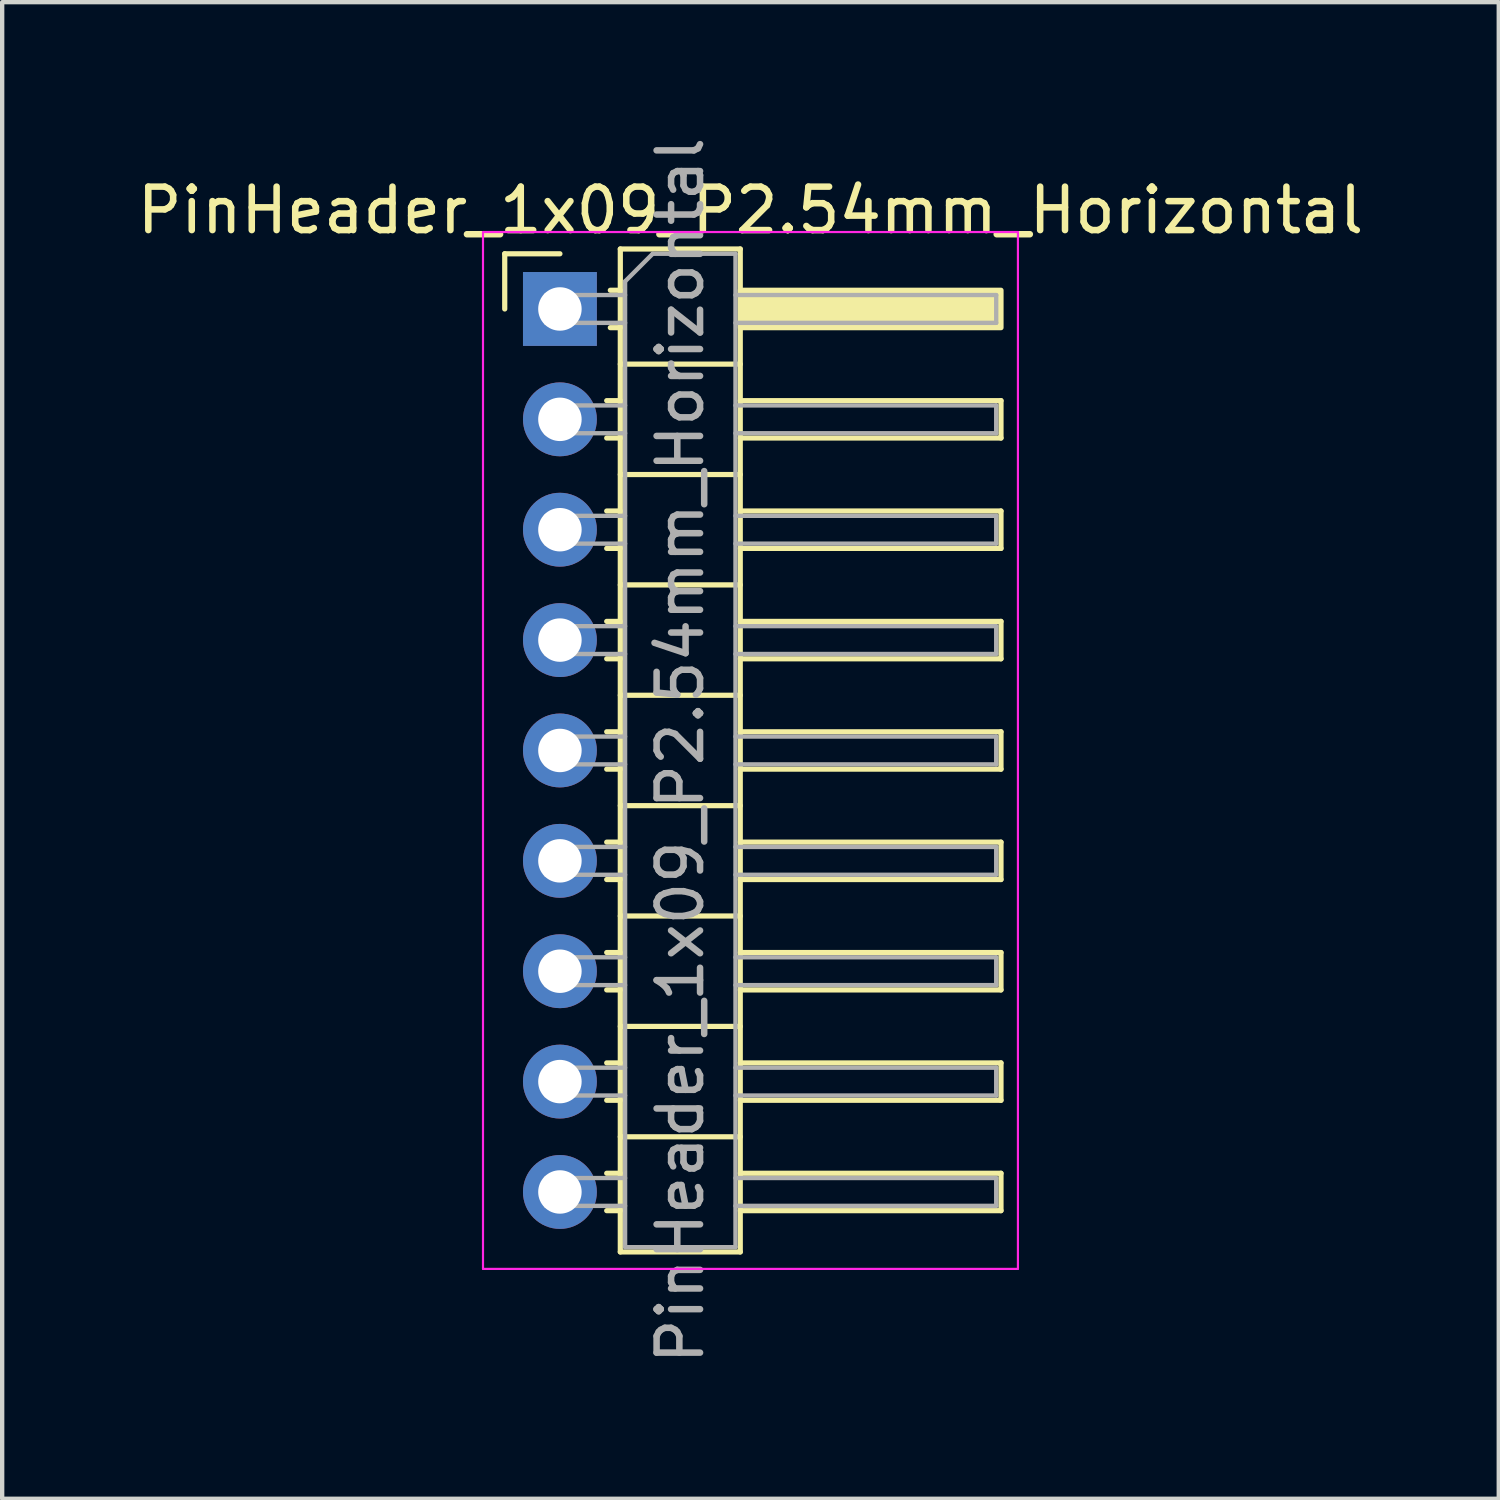
<source format=kicad_pcb>
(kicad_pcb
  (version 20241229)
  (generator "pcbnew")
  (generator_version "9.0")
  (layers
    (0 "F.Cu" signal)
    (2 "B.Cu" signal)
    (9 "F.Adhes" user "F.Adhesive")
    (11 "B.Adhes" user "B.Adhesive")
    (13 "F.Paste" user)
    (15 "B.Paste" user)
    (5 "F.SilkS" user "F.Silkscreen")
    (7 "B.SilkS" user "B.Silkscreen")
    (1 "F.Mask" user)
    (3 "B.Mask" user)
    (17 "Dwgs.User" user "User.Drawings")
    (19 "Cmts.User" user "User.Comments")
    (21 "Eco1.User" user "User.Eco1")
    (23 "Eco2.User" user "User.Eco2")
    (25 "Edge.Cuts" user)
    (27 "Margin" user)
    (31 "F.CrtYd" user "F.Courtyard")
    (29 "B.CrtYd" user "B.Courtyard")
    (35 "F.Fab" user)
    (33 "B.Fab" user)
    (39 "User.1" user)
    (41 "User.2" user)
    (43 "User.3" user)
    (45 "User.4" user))
  (footprint "PinHeader_1x09_P2.54mm_Horizontal"
    (layer "F.Cu")
    (at 9.835 4.06)
    (property "Reference" "PinHeader_1x09_P2.54mm_Horizontal" (at 4.385 -2.27 0) (layer "F.SilkS") (effects (font (size 1 1) (thickness 0.15))))
    (attr through_hole)
    (fp_line (start -1.27 -1.27) (end 0 -1.27) (stroke (width 0.12) (type solid)) (layer "F.SilkS"))
    (fp_line (start -1.27 0) (end -1.27 -1.27) (stroke (width 0.12) (type solid)) (layer "F.SilkS"))
    (fp_line (start 1.077 2.11) (end 1.39 2.11) (stroke (width 0.12) (type solid)) (layer "F.SilkS"))
    (fp_line (start 1.077 2.97) (end 1.39 2.97) (stroke (width 0.12) (type solid)) (layer "F.SilkS"))
    (fp_line (start 1.077 4.65) (end 1.39 4.65) (stroke (width 0.12) (type solid)) (layer "F.SilkS"))
    (fp_line (start 1.077 5.51) (end 1.39 5.51) (stroke (width 0.12) (type solid)) (layer "F.SilkS"))
    (fp_line (start 1.077 7.19) (end 1.39 7.19) (stroke (width 0.12) (type solid)) (layer "F.SilkS"))
    (fp_line (start 1.077 8.05) (end 1.39 8.05) (stroke (width 0.12) (type solid)) (layer "F.SilkS"))
    (fp_line (start 1.077 9.73) (end 1.39 9.73) (stroke (width 0.12) (type solid)) (layer "F.SilkS"))
    (fp_line (start 1.077 10.59) (end 1.39 10.59) (stroke (width 0.12) (type solid)) (layer "F.SilkS"))
    (fp_line (start 1.077 12.27) (end 1.39 12.27) (stroke (width 0.12) (type solid)) (layer "F.SilkS"))
    (fp_line (start 1.077 13.13) (end 1.39 13.13) (stroke (width 0.12) (type solid)) (layer "F.SilkS"))
    (fp_line (start 1.077 14.81) (end 1.39 14.81) (stroke (width 0.12) (type solid)) (layer "F.SilkS"))
    (fp_line (start 1.077 15.67) (end 1.39 15.67) (stroke (width 0.12) (type solid)) (layer "F.SilkS"))
    (fp_line (start 1.077 17.35) (end 1.39 17.35) (stroke (width 0.12) (type solid)) (layer "F.SilkS"))
    (fp_line (start 1.077 18.21) (end 1.39 18.21) (stroke (width 0.12) (type solid)) (layer "F.SilkS"))
    (fp_line (start 1.077 19.89) (end 1.39 19.89) (stroke (width 0.12) (type solid)) (layer "F.SilkS"))
    (fp_line (start 1.077 20.75) (end 1.39 20.75) (stroke (width 0.12) (type solid)) (layer "F.SilkS"))
    (fp_line (start 1.16 -0.43) (end 1.39 -0.43) (stroke (width 0.12) (type solid)) (layer "F.SilkS"))
    (fp_line (start 1.16 0.43) (end 1.39 0.43) (stroke (width 0.12) (type solid)) (layer "F.SilkS"))
    (fp_line (start 1.39 -1.38) (end 1.39 21.7) (stroke (width 0.12) (type solid)) (layer "F.SilkS"))
    (fp_line (start 1.39 1.27) (end 4.15 1.27) (stroke (width 0.12) (type solid)) (layer "F.SilkS"))
    (fp_line (start 1.39 3.81) (end 4.15 3.81) (stroke (width 0.12) (type solid)) (layer "F.SilkS"))
    (fp_line (start 1.39 6.35) (end 4.15 6.35) (stroke (width 0.12) (type solid)) (layer "F.SilkS"))
    (fp_line (start 1.39 8.89) (end 4.15 8.89) (stroke (width 0.12) (type solid)) (layer "F.SilkS"))
    (fp_line (start 1.39 11.43) (end 4.15 11.43) (stroke (width 0.12) (type solid)) (layer "F.SilkS"))
    (fp_line (start 1.39 13.97) (end 4.15 13.97) (stroke (width 0.12) (type solid)) (layer "F.SilkS"))
    (fp_line (start 1.39 16.51) (end 4.15 16.51) (stroke (width 0.12) (type solid)) (layer "F.SilkS"))
    (fp_line (start 1.39 19.05) (end 4.15 19.05) (stroke (width 0.12) (type solid)) (layer "F.SilkS"))
    (fp_line (start 1.39 21.7) (end 4.15 21.7) (stroke (width 0.12) (type solid)) (layer "F.SilkS"))
    (fp_line (start 4.15 -1.38) (end 1.39 -1.38) (stroke (width 0.12) (type solid)) (layer "F.SilkS"))
    (fp_line (start 4.15 2.11) (end 10.15 2.11) (stroke (width 0.12) (type solid)) (layer "F.SilkS"))
    (fp_line (start 4.15 4.65) (end 10.15 4.65) (stroke (width 0.12) (type solid)) (layer "F.SilkS"))
    (fp_line (start 4.15 7.19) (end 10.15 7.19) (stroke (width 0.12) (type solid)) (layer "F.SilkS"))
    (fp_line (start 4.15 9.73) (end 10.15 9.73) (stroke (width 0.12) (type solid)) (layer "F.SilkS"))
    (fp_line (start 4.15 12.27) (end 10.15 12.27) (stroke (width 0.12) (type solid)) (layer "F.SilkS"))
    (fp_line (start 4.15 14.81) (end 10.15 14.81) (stroke (width 0.12) (type solid)) (layer "F.SilkS"))
    (fp_line (start 4.15 17.35) (end 10.15 17.35) (stroke (width 0.12) (type solid)) (layer "F.SilkS"))
    (fp_line (start 4.15 19.89) (end 10.15 19.89) (stroke (width 0.12) (type solid)) (layer "F.SilkS"))
    (fp_line (start 4.15 21.7) (end 4.15 -1.38) (stroke (width 0.12) (type solid)) (layer "F.SilkS"))
    (fp_line (start 10.15 2.11) (end 10.15 2.97) (stroke (width 0.12) (type solid)) (layer "F.SilkS"))
    (fp_line (start 10.15 2.97) (end 4.15 2.97) (stroke (width 0.12) (type solid)) (layer "F.SilkS"))
    (fp_line (start 10.15 4.65) (end 10.15 5.51) (stroke (width 0.12) (type solid)) (layer "F.SilkS"))
    (fp_line (start 10.15 5.51) (end 4.15 5.51) (stroke (width 0.12) (type solid)) (layer "F.SilkS"))
    (fp_line (start 10.15 7.19) (end 10.15 8.05) (stroke (width 0.12) (type solid)) (layer "F.SilkS"))
    (fp_line (start 10.15 8.05) (end 4.15 8.05) (stroke (width 0.12) (type solid)) (layer "F.SilkS"))
    (fp_line (start 10.15 9.73) (end 10.15 10.59) (stroke (width 0.12) (type solid)) (layer "F.SilkS"))
    (fp_line (start 10.15 10.59) (end 4.15 10.59) (stroke (width 0.12) (type solid)) (layer "F.SilkS"))
    (fp_line (start 10.15 12.27) (end 10.15 13.13) (stroke (width 0.12) (type solid)) (layer "F.SilkS"))
    (fp_line (start 10.15 13.13) (end 4.15 13.13) (stroke (width 0.12) (type solid)) (layer "F.SilkS"))
    (fp_line (start 10.15 14.81) (end 10.15 15.67) (stroke (width 0.12) (type solid)) (layer "F.SilkS"))
    (fp_line (start 10.15 15.67) (end 4.15 15.67) (stroke (width 0.12) (type solid)) (layer "F.SilkS"))
    (fp_line (start 10.15 17.35) (end 10.15 18.21) (stroke (width 0.12) (type solid)) (layer "F.SilkS"))
    (fp_line (start 10.15 18.21) (end 4.15 18.21) (stroke (width 0.12) (type solid)) (layer "F.SilkS"))
    (fp_line (start 10.15 19.89) (end 10.15 20.75) (stroke (width 0.12) (type solid)) (layer "F.SilkS"))
    (fp_line (start 10.15 20.75) (end 4.15 20.75) (stroke (width 0.12) (type solid)) (layer "F.SilkS"))
    (fp_rect (start 4.15 -0.43) (end 10.15 0.43) (stroke (width 0.12) (type solid)) (fill yes) (layer "F.SilkS"))
    (fp_line (start -1.77 -1.77) (end -1.77 22.09) (stroke (width 0.05) (type solid)) (layer "F.CrtYd"))
    (fp_line (start -1.77 22.09) (end 10.54 22.09) (stroke (width 0.05) (type solid)) (layer "F.CrtYd"))
    (fp_line (start 10.54 -1.77) (end -1.77 -1.77) (stroke (width 0.05) (type solid)) (layer "F.CrtYd"))
    (fp_line (start 10.54 22.09) (end 10.54 -1.77) (stroke (width 0.05) (type solid)) (layer "F.CrtYd"))
    (fp_line (start -0.32 -0.32) (end -0.32 0.32) (stroke (width 0.1) (type solid)) (layer "F.Fab"))
    (fp_line (start -0.32 -0.32) (end 1.5 -0.32) (stroke (width 0.1) (type solid)) (layer "F.Fab"))
    (fp_line (start -0.32 0.32) (end 1.5 0.32) (stroke (width 0.1) (type solid)) (layer "F.Fab"))
    (fp_line (start -0.32 2.22) (end -0.32 2.86) (stroke (width 0.1) (type solid)) (layer "F.Fab"))
    (fp_line (start -0.32 2.22) (end 1.5 2.22) (stroke (width 0.1) (type solid)) (layer "F.Fab"))
    (fp_line (start -0.32 2.86) (end 1.5 2.86) (stroke (width 0.1) (type solid)) (layer "F.Fab"))
    (fp_line (start -0.32 4.76) (end -0.32 5.4) (stroke (width 0.1) (type solid)) (layer "F.Fab"))
    (fp_line (start -0.32 4.76) (end 1.5 4.76) (stroke (width 0.1) (type solid)) (layer "F.Fab"))
    (fp_line (start -0.32 5.4) (end 1.5 5.4) (stroke (width 0.1) (type solid)) (layer "F.Fab"))
    (fp_line (start -0.32 7.3) (end -0.32 7.94) (stroke (width 0.1) (type solid)) (layer "F.Fab"))
    (fp_line (start -0.32 7.3) (end 1.5 7.3) (stroke (width 0.1) (type solid)) (layer "F.Fab"))
    (fp_line (start -0.32 7.94) (end 1.5 7.94) (stroke (width 0.1) (type solid)) (layer "F.Fab"))
    (fp_line (start -0.32 9.84) (end -0.32 10.48) (stroke (width 0.1) (type solid)) (layer "F.Fab"))
    (fp_line (start -0.32 9.84) (end 1.5 9.84) (stroke (width 0.1) (type solid)) (layer "F.Fab"))
    (fp_line (start -0.32 10.48) (end 1.5 10.48) (stroke (width 0.1) (type solid)) (layer "F.Fab"))
    (fp_line (start -0.32 12.38) (end -0.32 13.02) (stroke (width 0.1) (type solid)) (layer "F.Fab"))
    (fp_line (start -0.32 12.38) (end 1.5 12.38) (stroke (width 0.1) (type solid)) (layer "F.Fab"))
    (fp_line (start -0.32 13.02) (end 1.5 13.02) (stroke (width 0.1) (type solid)) (layer "F.Fab"))
    (fp_line (start -0.32 14.92) (end -0.32 15.56) (stroke (width 0.1) (type solid)) (layer "F.Fab"))
    (fp_line (start -0.32 14.92) (end 1.5 14.92) (stroke (width 0.1) (type solid)) (layer "F.Fab"))
    (fp_line (start -0.32 15.56) (end 1.5 15.56) (stroke (width 0.1) (type solid)) (layer "F.Fab"))
    (fp_line (start -0.32 17.46) (end -0.32 18.1) (stroke (width 0.1) (type solid)) (layer "F.Fab"))
    (fp_line (start -0.32 17.46) (end 1.5 17.46) (stroke (width 0.1) (type solid)) (layer "F.Fab"))
    (fp_line (start -0.32 18.1) (end 1.5 18.1) (stroke (width 0.1) (type solid)) (layer "F.Fab"))
    (fp_line (start -0.32 20) (end -0.32 20.64) (stroke (width 0.1) (type solid)) (layer "F.Fab"))
    (fp_line (start -0.32 20) (end 1.5 20) (stroke (width 0.1) (type solid)) (layer "F.Fab"))
    (fp_line (start -0.32 20.64) (end 1.5 20.64) (stroke (width 0.1) (type solid)) (layer "F.Fab"))
    (fp_line (start 1.5 -0.635) (end 2.135 -1.27) (stroke (width 0.1) (type solid)) (layer "F.Fab"))
    (fp_line (start 1.5 21.59) (end 1.5 -0.635) (stroke (width 0.1) (type solid)) (layer "F.Fab"))
    (fp_line (start 2.135 -1.27) (end 4.04 -1.27) (stroke (width 0.1) (type solid)) (layer "F.Fab"))
    (fp_line (start 4.04 -1.27) (end 4.04 21.59) (stroke (width 0.1) (type solid)) (layer "F.Fab"))
    (fp_line (start 4.04 -0.32) (end 10.04 -0.32) (stroke (width 0.1) (type solid)) (layer "F.Fab"))
    (fp_line (start 4.04 0.32) (end 10.04 0.32) (stroke (width 0.1) (type solid)) (layer "F.Fab"))
    (fp_line (start 4.04 2.22) (end 10.04 2.22) (stroke (width 0.1) (type solid)) (layer "F.Fab"))
    (fp_line (start 4.04 2.86) (end 10.04 2.86) (stroke (width 0.1) (type solid)) (layer "F.Fab"))
    (fp_line (start 4.04 4.76) (end 10.04 4.76) (stroke (width 0.1) (type solid)) (layer "F.Fab"))
    (fp_line (start 4.04 5.4) (end 10.04 5.4) (stroke (width 0.1) (type solid)) (layer "F.Fab"))
    (fp_line (start 4.04 7.3) (end 10.04 7.3) (stroke (width 0.1) (type solid)) (layer "F.Fab"))
    (fp_line (start 4.04 7.94) (end 10.04 7.94) (stroke (width 0.1) (type solid)) (layer "F.Fab"))
    (fp_line (start 4.04 9.84) (end 10.04 9.84) (stroke (width 0.1) (type solid)) (layer "F.Fab"))
    (fp_line (start 4.04 10.48) (end 10.04 10.48) (stroke (width 0.1) (type solid)) (layer "F.Fab"))
    (fp_line (start 4.04 12.38) (end 10.04 12.38) (stroke (width 0.1) (type solid)) (layer "F.Fab"))
    (fp_line (start 4.04 13.02) (end 10.04 13.02) (stroke (width 0.1) (type solid)) (layer "F.Fab"))
    (fp_line (start 4.04 14.92) (end 10.04 14.92) (stroke (width 0.1) (type solid)) (layer "F.Fab"))
    (fp_line (start 4.04 15.56) (end 10.04 15.56) (stroke (width 0.1) (type solid)) (layer "F.Fab"))
    (fp_line (start 4.04 17.46) (end 10.04 17.46) (stroke (width 0.1) (type solid)) (layer "F.Fab"))
    (fp_line (start 4.04 18.1) (end 10.04 18.1) (stroke (width 0.1) (type solid)) (layer "F.Fab"))
    (fp_line (start 4.04 20) (end 10.04 20) (stroke (width 0.1) (type solid)) (layer "F.Fab"))
    (fp_line (start 4.04 20.64) (end 10.04 20.64) (stroke (width 0.1) (type solid)) (layer "F.Fab"))
    (fp_line (start 4.04 21.59) (end 1.5 21.59) (stroke (width 0.1) (type solid)) (layer "F.Fab"))
    (fp_line (start 10.04 -0.32) (end 10.04 0.32) (stroke (width 0.1) (type solid)) (layer "F.Fab"))
    (fp_line (start 10.04 2.22) (end 10.04 2.86) (stroke (width 0.1) (type solid)) (layer "F.Fab"))
    (fp_line (start 10.04 4.76) (end 10.04 5.4) (stroke (width 0.1) (type solid)) (layer "F.Fab"))
    (fp_line (start 10.04 7.3) (end 10.04 7.94) (stroke (width 0.1) (type solid)) (layer "F.Fab"))
    (fp_line (start 10.04 9.84) (end 10.04 10.48) (stroke (width 0.1) (type solid)) (layer "F.Fab"))
    (fp_line (start 10.04 12.38) (end 10.04 13.02) (stroke (width 0.1) (type solid)) (layer "F.Fab"))
    (fp_line (start 10.04 14.92) (end 10.04 15.56) (stroke (width 0.1) (type solid)) (layer "F.Fab"))
    (fp_line (start 10.04 17.46) (end 10.04 18.1) (stroke (width 0.1) (type solid)) (layer "F.Fab"))
    (fp_line (start 10.04 20) (end 10.04 20.64) (stroke (width 0.1) (type solid)) (layer "F.Fab"))
    (fp_text user "${REFERENCE}" (at 2.77 10.16 90) (layer "F.Fab") (effects (font (size 1 1) (thickness 0.15))))
    (pad "1" thru_hole rect (at 0 0) (size 1.7 1.7) (drill 1) (layers "*.Cu" "*.Mask"))
    (pad "2" thru_hole circle (at 0 2.54) (size 1.7 1.7) (drill 1) (layers "*.Cu" "*.Mask"))
    (pad "3" thru_hole circle (at 0 5.08) (size 1.7 1.7) (drill 1) (layers "*.Cu" "*.Mask"))
    (pad "4" thru_hole circle (at 0 7.62) (size 1.7 1.7) (drill 1) (layers "*.Cu" "*.Mask"))
    (pad "5" thru_hole circle (at 0 10.16) (size 1.7 1.7) (drill 1) (layers "*.Cu" "*.Mask"))
    (pad "6" thru_hole circle (at 0 12.7) (size 1.7 1.7) (drill 1) (layers "*.Cu" "*.Mask"))
    (pad "7" thru_hole circle (at 0 15.24) (size 1.7 1.7) (drill 1) (layers "*.Cu" "*.Mask"))
    (pad "8" thru_hole circle (at 0 17.78) (size 1.7 1.7) (drill 1) (layers "*.Cu" "*.Mask"))
    (pad "9" thru_hole circle (at 0 20.32) (size 1.7 1.7) (drill 1) (layers "*.Cu" "*.Mask")))
  (gr_rect
    (start -3 -3)
    (end 31.44 31.44)
    (stroke (width 0.1) (type default))
    (fill no)
    (layer "Edge.Cuts")))
</source>
